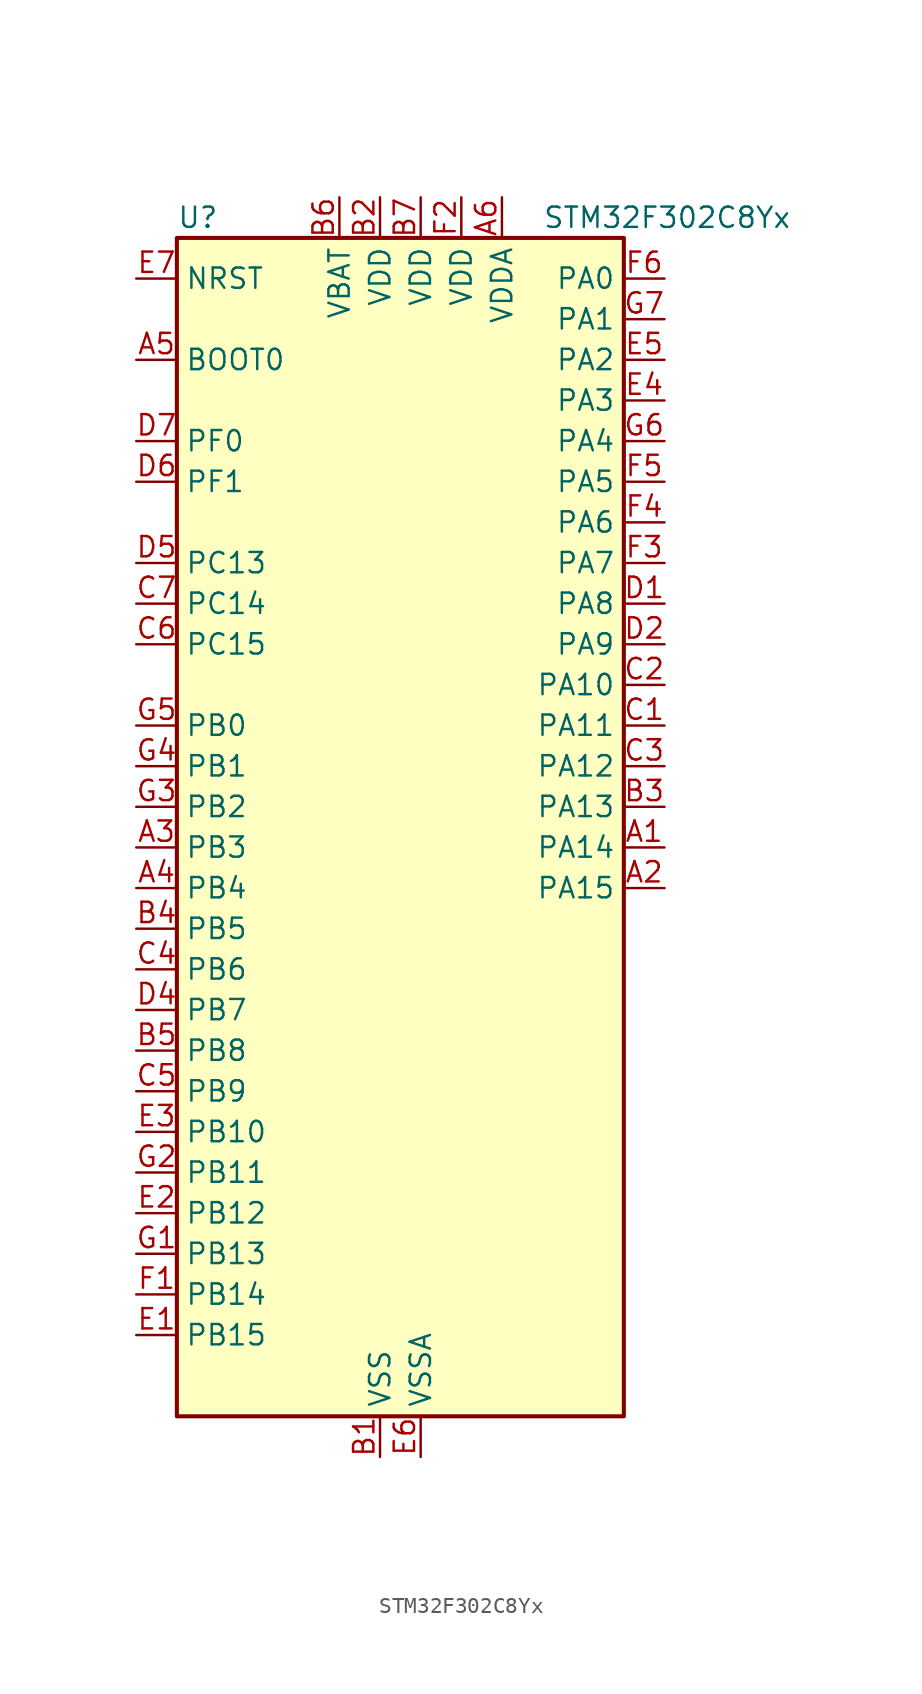
<source format=kicad_sym>
(kicad_symbol_lib
  (version 20231120)
  (generator "kicad_symbol_editor")
  (generator_version "8.0")
  (symbol "STM32F302C8Yx"
    (property "Reference" "U"
      (at -12.7 39.37 0)
      (effects (font (size 1.27 1.27)) (justify left)))
    (property "Value" "STM32F302C8Yx"
      (at 10.16 39.37 0)
      (effects (font (size 1.27 1.27)) (justify left)))
    (property "ki_locked" ""
      (at 0 0 0)
      (effects (font (size 1.27 1.27))))
    (symbol "STM32F302C8Yx_0_1"
      (rectangle (start -12.7 -35.56) (end 15.24 38.1) (stroke (width 0.254) (type default)) (fill (type background))))
    (symbol "STM32F302C8Yx_1_1"
      (pin bidirectional line (at 17.78 0 180) (length 2.54) (name "PA14" (effects (font (size 1.27 1.27)))) (number "A1" (effects (font (size 1.27 1.27)))) (alternate "I2C1_SDA" bidirectional line) (alternate "SYS_JTCK-SWCLK" bidirectional line) (alternate "TIM1_BKIN" bidirectional line) (alternate "TSC_G4_IO4" bidirectional line) (alternate "USART2_TX" bidirectional line))
      (pin bidirectional line (at 17.78 -2.54 180) (length 2.54) (name "PA15" (effects (font (size 1.27 1.27)))) (number "A2" (effects (font (size 1.27 1.27)))) (alternate "ADC1_EXTI15" bidirectional line) (alternate "I2C1_SCL" bidirectional line) (alternate "I2S3_WS" bidirectional line) (alternate "SPI3_NSS" bidirectional line) (alternate "SYS_JTDI" bidirectional line) (alternate "TIM1_BKIN" bidirectional line) (alternate "TIM2_CH1" bidirectional line) (alternate "TIM2_ETR" bidirectional line) (alternate "TSC_SYNC" bidirectional line) (alternate "USART2_RX" bidirectional line))
      (pin bidirectional line (at -15.24 0 0) (length 2.54) (name "PB3" (effects (font (size 1.27 1.27)))) (number "A3" (effects (font (size 1.27 1.27)))) (alternate "I2S3_CK" bidirectional line) (alternate "SPI3_SCK" bidirectional line) (alternate "SYS_JTDO-TRACESWO" bidirectional line) (alternate "TIM2_CH2" bidirectional line) (alternate "TSC_G5_IO1" bidirectional line) (alternate "USART2_TX" bidirectional line))
      (pin bidirectional line (at -15.24 -2.54 0) (length 2.54) (name "PB4" (effects (font (size 1.27 1.27)))) (number "A4" (effects (font (size 1.27 1.27)))) (alternate "I2S3_ext_SD" bidirectional line) (alternate "SPI3_MISO" bidirectional line) (alternate "SYS_NJTRST" bidirectional line) (alternate "TIM16_CH1" bidirectional line) (alternate "TIM17_BKIN" bidirectional line) (alternate "TSC_G5_IO2" bidirectional line) (alternate "USART2_RX" bidirectional line))
      (pin input line (at -15.24 30.48 0) (length 2.54) (name "BOOT0" (effects (font (size 1.27 1.27)))) (number "A5" (effects (font (size 1.27 1.27)))))
      (pin power_in line (at 7.62 40.64 270) (length 2.54) (name "VDDA" (effects (font (size 1.27 1.27)))) (number "A6" (effects (font (size 1.27 1.27)))))
      (pin no_connect line (at -12.7 -35.56 0) (length 2.54) hide (name "NC" (effects (font (size 1.27 1.27)))) (number "A7" (effects (font (size 1.27 1.27)))))
      (pin power_in line (at 0 -38.1 90) (length 2.54) (name "VSS" (effects (font (size 1.27 1.27)))) (number "B1" (effects (font (size 1.27 1.27)))))
      (pin power_in line (at 0 40.64 270) (length 2.54) (name "VDD" (effects (font (size 1.27 1.27)))) (number "B2" (effects (font (size 1.27 1.27)))))
      (pin bidirectional line (at 17.78 2.54 180) (length 2.54) (name "PA13" (effects (font (size 1.27 1.27)))) (number "B3" (effects (font (size 1.27 1.27)))) (alternate "IR_OUT" bidirectional line) (alternate "SYS_JTMS-SWDIO" bidirectional line) (alternate "TIM16_CH1N" bidirectional line) (alternate "TSC_G4_IO3" bidirectional line) (alternate "USART3_CTS" bidirectional line))
      (pin bidirectional line (at -15.24 -5.08 0) (length 2.54) (name "PB5" (effects (font (size 1.27 1.27)))) (number "B4" (effects (font (size 1.27 1.27)))) (alternate "I2C1_SMBA" bidirectional line) (alternate "I2C3_SDA" bidirectional line) (alternate "I2S3_SD" bidirectional line) (alternate "SPI3_MOSI" bidirectional line) (alternate "TIM16_BKIN" bidirectional line) (alternate "TIM17_CH1" bidirectional line) (alternate "USART2_CK" bidirectional line))
      (pin bidirectional line (at -15.24 -12.7 0) (length 2.54) (name "PB8" (effects (font (size 1.27 1.27)))) (number "B5" (effects (font (size 1.27 1.27)))) (alternate "CAN_RX" bidirectional line) (alternate "I2C1_SCL" bidirectional line) (alternate "TIM16_CH1" bidirectional line) (alternate "TIM1_BKIN" bidirectional line) (alternate "TSC_SYNC" bidirectional line) (alternate "USART3_RX" bidirectional line))
      (pin power_in line (at -2.54 40.64 270) (length 2.54) (name "VBAT" (effects (font (size 1.27 1.27)))) (number "B6" (effects (font (size 1.27 1.27)))))
      (pin power_in line (at 2.54 40.64 270) (length 2.54) (name "VDD" (effects (font (size 1.27 1.27)))) (number "B7" (effects (font (size 1.27 1.27)))))
      (pin bidirectional line (at 17.78 7.62 180) (length 2.54) (name "PA11" (effects (font (size 1.27 1.27)))) (number "C1" (effects (font (size 1.27 1.27)))) (alternate "ADC1_EXTI11" bidirectional line) (alternate "CAN_RX" bidirectional line) (alternate "I2S2_SD" bidirectional line) (alternate "SPI2_MOSI" bidirectional line) (alternate "TIM1_BKIN2" bidirectional line) (alternate "TIM1_CH1N" bidirectional line) (alternate "TIM1_CH4" bidirectional line) (alternate "USART1_CTS" bidirectional line) (alternate "USB_DM" bidirectional line))
      (pin bidirectional line (at 17.78 10.16 180) (length 2.54) (name "PA10" (effects (font (size 1.27 1.27)))) (number "C2" (effects (font (size 1.27 1.27)))) (alternate "COMP6_OUT" bidirectional line) (alternate "I2C2_SDA" bidirectional line) (alternate "I2S2_ext_SD" bidirectional line) (alternate "SPI2_MISO" bidirectional line) (alternate "TIM17_BKIN" bidirectional line) (alternate "TIM1_CH3" bidirectional line) (alternate "TIM2_CH4" bidirectional line) (alternate "TSC_G4_IO2" bidirectional line) (alternate "USART1_RX" bidirectional line))
      (pin bidirectional line (at 17.78 5.08 180) (length 2.54) (name "PA12" (effects (font (size 1.27 1.27)))) (number "C3" (effects (font (size 1.27 1.27)))) (alternate "CAN_TX" bidirectional line) (alternate "COMP2_OUT" bidirectional line) (alternate "I2S_CKIN" bidirectional line) (alternate "TIM16_CH1" bidirectional line) (alternate "TIM1_CH2N" bidirectional line) (alternate "TIM1_ETR" bidirectional line) (alternate "USART1_DE" bidirectional line) (alternate "USART1_RTS" bidirectional line) (alternate "USB_DP" bidirectional line))
      (pin bidirectional line (at -15.24 -7.62 0) (length 2.54) (name "PB6" (effects (font (size 1.27 1.27)))) (number "C4" (effects (font (size 1.27 1.27)))) (alternate "I2C1_SCL" bidirectional line) (alternate "TIM16_CH1N" bidirectional line) (alternate "TSC_G5_IO3" bidirectional line) (alternate "USART1_TX" bidirectional line))
      (pin bidirectional line (at -15.24 -15.24 0) (length 2.54) (name "PB9" (effects (font (size 1.27 1.27)))) (number "C5" (effects (font (size 1.27 1.27)))) (alternate "CAN_TX" bidirectional line) (alternate "COMP2_OUT" bidirectional line) (alternate "DAC_EXTI9" bidirectional line) (alternate "I2C1_SDA" bidirectional line) (alternate "IR_OUT" bidirectional line) (alternate "TIM17_CH1" bidirectional line) (alternate "USART3_TX" bidirectional line))
      (pin bidirectional line (at -15.24 12.7 0) (length 2.54) (name "PC15" (effects (font (size 1.27 1.27)))) (number "C6" (effects (font (size 1.27 1.27)))) (alternate "ADC1_EXTI15" bidirectional line) (alternate "RCC_OSC32_OUT" bidirectional line))
      (pin bidirectional line (at -15.24 15.24 0) (length 2.54) (name "PC14" (effects (font (size 1.27 1.27)))) (number "C7" (effects (font (size 1.27 1.27)))) (alternate "RCC_OSC32_IN" bidirectional line))
      (pin bidirectional line (at 17.78 15.24 180) (length 2.54) (name "PA8" (effects (font (size 1.27 1.27)))) (number "D1" (effects (font (size 1.27 1.27)))) (alternate "I2C2_SMBA" bidirectional line) (alternate "I2C3_SCL" bidirectional line) (alternate "I2S2_MCK" bidirectional line) (alternate "RCC_MCO" bidirectional line) (alternate "TIM1_CH1" bidirectional line) (alternate "USART1_CK" bidirectional line))
      (pin bidirectional line (at 17.78 12.7 180) (length 2.54) (name "PA9" (effects (font (size 1.27 1.27)))) (number "D2" (effects (font (size 1.27 1.27)))) (alternate "DAC_EXTI9" bidirectional line) (alternate "I2C2_SCL" bidirectional line) (alternate "I2C3_SMBA" bidirectional line) (alternate "I2S3_MCK" bidirectional line) (alternate "TIM15_BKIN" bidirectional line) (alternate "TIM1_CH2" bidirectional line) (alternate "TIM2_CH3" bidirectional line) (alternate "TSC_G4_IO1" bidirectional line) (alternate "USART1_TX" bidirectional line))
      (pin passive line (at 0 -38.1 90) (length 2.54) hide (name "VSS" (effects (font (size 1.27 1.27)))) (number "D3" (effects (font (size 1.27 1.27)))))
      (pin bidirectional line (at -15.24 -10.16 0) (length 2.54) (name "PB7" (effects (font (size 1.27 1.27)))) (number "D4" (effects (font (size 1.27 1.27)))) (alternate "I2C1_SDA" bidirectional line) (alternate "TIM17_CH1N" bidirectional line) (alternate "TSC_G5_IO4" bidirectional line) (alternate "USART1_RX" bidirectional line))
      (pin bidirectional line (at -15.24 17.78 0) (length 2.54) (name "PC13" (effects (font (size 1.27 1.27)))) (number "D5" (effects (font (size 1.27 1.27)))) (alternate "RTC_OUT_ALARM" bidirectional line) (alternate "RTC_OUT_CALIB" bidirectional line) (alternate "RTC_TAMP1" bidirectional line) (alternate "RTC_TS" bidirectional line) (alternate "SYS_WKUP2" bidirectional line) (alternate "TIM1_CH1N" bidirectional line))
      (pin bidirectional line (at -15.24 22.86 0) (length 2.54) (name "PF1" (effects (font (size 1.27 1.27)))) (number "D6" (effects (font (size 1.27 1.27)))) (alternate "I2C2_SCL" bidirectional line) (alternate "I2S2_CK" bidirectional line) (alternate "RCC_OSC_OUT" bidirectional line) (alternate "SPI2_SCK" bidirectional line))
      (pin bidirectional line (at -15.24 25.4 0) (length 2.54) (name "PF0" (effects (font (size 1.27 1.27)))) (number "D7" (effects (font (size 1.27 1.27)))) (alternate "I2C2_SDA" bidirectional line) (alternate "I2S2_WS" bidirectional line) (alternate "RCC_OSC_IN" bidirectional line) (alternate "SPI2_NSS" bidirectional line) (alternate "TIM1_CH3N" bidirectional line))
      (pin bidirectional line (at -15.24 -30.48 0) (length 2.54) (name "PB15" (effects (font (size 1.27 1.27)))) (number "E1" (effects (font (size 1.27 1.27)))) (alternate "ADC1_EXTI15" bidirectional line) (alternate "COMP6_INM" bidirectional line) (alternate "I2S2_SD" bidirectional line) (alternate "RTC_REFIN" bidirectional line) (alternate "SPI2_MOSI" bidirectional line) (alternate "TIM15_CH1N" bidirectional line) (alternate "TIM15_CH2" bidirectional line) (alternate "TIM1_CH3N" bidirectional line))
      (pin bidirectional line (at -15.24 -22.86 0) (length 2.54) (name "PB12" (effects (font (size 1.27 1.27)))) (number "E2" (effects (font (size 1.27 1.27)))) (alternate "I2C2_SMBA" bidirectional line) (alternate "I2S2_WS" bidirectional line) (alternate "SPI2_NSS" bidirectional line) (alternate "TIM1_BKIN" bidirectional line) (alternate "TSC_G6_IO2" bidirectional line) (alternate "USART3_CK" bidirectional line))
      (pin bidirectional line (at -15.24 -17.78 0) (length 2.54) (name "PB10" (effects (font (size 1.27 1.27)))) (number "E3" (effects (font (size 1.27 1.27)))) (alternate "TIM2_CH3" bidirectional line) (alternate "TSC_SYNC" bidirectional line) (alternate "USART3_TX" bidirectional line))
      (pin bidirectional line (at 17.78 27.94 180) (length 2.54) (name "PA3" (effects (font (size 1.27 1.27)))) (number "E4" (effects (font (size 1.27 1.27)))) (alternate "ADC1_IN4" bidirectional line) (alternate "TIM15_CH2" bidirectional line) (alternate "TIM2_CH4" bidirectional line) (alternate "TSC_G1_IO4" bidirectional line) (alternate "USART2_RX" bidirectional line))
      (pin bidirectional line (at 17.78 30.48 180) (length 2.54) (name "PA2" (effects (font (size 1.27 1.27)))) (number "E5" (effects (font (size 1.27 1.27)))) (alternate "ADC1_IN3" bidirectional line) (alternate "COMP2_INM" bidirectional line) (alternate "COMP2_OUT" bidirectional line) (alternate "TIM15_CH1" bidirectional line) (alternate "TIM2_CH3" bidirectional line) (alternate "TSC_G1_IO3" bidirectional line) (alternate "USART2_TX" bidirectional line))
      (pin power_in line (at 2.54 -38.1 90) (length 2.54) (name "VSSA" (effects (font (size 1.27 1.27)))) (number "E6" (effects (font (size 1.27 1.27)))))
      (pin input line (at -15.24 35.56 0) (length 2.54) (name "NRST" (effects (font (size 1.27 1.27)))) (number "E7" (effects (font (size 1.27 1.27)))))
      (pin bidirectional line (at -15.24 -27.94 0) (length 2.54) (name "PB14" (effects (font (size 1.27 1.27)))) (number "F1" (effects (font (size 1.27 1.27)))) (alternate "I2S2_ext_SD" bidirectional line) (alternate "OPAMP2_VINP" bidirectional line) (alternate "OPAMP2_VINP_SEC" bidirectional line) (alternate "SPI2_MISO" bidirectional line) (alternate "TIM15_CH1" bidirectional line) (alternate "TIM1_CH2N" bidirectional line) (alternate "TSC_G6_IO4" bidirectional line) (alternate "USART3_DE" bidirectional line) (alternate "USART3_RTS" bidirectional line))
      (pin power_in line (at 5.08 40.64 270) (length 2.54) (name "VDD" (effects (font (size 1.27 1.27)))) (number "F2" (effects (font (size 1.27 1.27)))))
      (pin bidirectional line (at 17.78 17.78 180) (length 2.54) (name "PA7" (effects (font (size 1.27 1.27)))) (number "F3" (effects (font (size 1.27 1.27)))) (alternate "ADC1_IN15" bidirectional line) (alternate "COMP2_INP" bidirectional line) (alternate "OPAMP2_VINP" bidirectional line) (alternate "OPAMP2_VINP_SEC" bidirectional line) (alternate "TIM17_CH1" bidirectional line) (alternate "TIM1_CH1N" bidirectional line) (alternate "TSC_G2_IO4" bidirectional line))
      (pin bidirectional line (at 17.78 20.32 180) (length 2.54) (name "PA6" (effects (font (size 1.27 1.27)))) (number "F4" (effects (font (size 1.27 1.27)))) (alternate "ADC1_IN10" bidirectional line) (alternate "OPAMP2_VOUT" bidirectional line) (alternate "TIM16_CH1" bidirectional line) (alternate "TIM1_BKIN" bidirectional line) (alternate "TSC_G2_IO3" bidirectional line))
      (pin bidirectional line (at 17.78 22.86 180) (length 2.54) (name "PA5" (effects (font (size 1.27 1.27)))) (number "F5" (effects (font (size 1.27 1.27)))) (alternate "OPAMP2_VINM" bidirectional line) (alternate "OPAMP2_VINM_SEC" bidirectional line) (alternate "TIM2_CH1" bidirectional line) (alternate "TIM2_ETR" bidirectional line) (alternate "TSC_G2_IO2" bidirectional line))
      (pin bidirectional line (at 17.78 35.56 180) (length 2.54) (name "PA0" (effects (font (size 1.27 1.27)))) (number "F6" (effects (font (size 1.27 1.27)))) (alternate "ADC1_IN1" bidirectional line) (alternate "RTC_TAMP2" bidirectional line) (alternate "SYS_WKUP1" bidirectional line) (alternate "TIM2_CH1" bidirectional line) (alternate "TIM2_ETR" bidirectional line) (alternate "TSC_G1_IO1" bidirectional line) (alternate "USART2_CTS" bidirectional line))
      (pin passive line (at 0 -38.1 90) (length 2.54) hide (name "VSS" (effects (font (size 1.27 1.27)))) (number "F7" (effects (font (size 1.27 1.27)))))
      (pin bidirectional line (at -15.24 -25.4 0) (length 2.54) (name "PB13" (effects (font (size 1.27 1.27)))) (number "G1" (effects (font (size 1.27 1.27)))) (alternate "ADC1_IN13" bidirectional line) (alternate "I2S2_CK" bidirectional line) (alternate "SPI2_SCK" bidirectional line) (alternate "TIM1_CH1N" bidirectional line) (alternate "TSC_G6_IO3" bidirectional line) (alternate "USART3_CTS" bidirectional line))
      (pin bidirectional line (at -15.24 -20.32 0) (length 2.54) (name "PB11" (effects (font (size 1.27 1.27)))) (number "G2" (effects (font (size 1.27 1.27)))) (alternate "ADC1_EXTI11" bidirectional line) (alternate "ADC1_IN14" bidirectional line) (alternate "COMP6_INP" bidirectional line) (alternate "TIM2_CH4" bidirectional line) (alternate "TSC_G6_IO1" bidirectional line) (alternate "USART3_RX" bidirectional line))
      (pin bidirectional line (at -15.24 2.54 0) (length 2.54) (name "PB2" (effects (font (size 1.27 1.27)))) (number "G3" (effects (font (size 1.27 1.27)))) (alternate "COMP4_INM" bidirectional line) (alternate "TSC_G3_IO4" bidirectional line))
      (pin bidirectional line (at -15.24 5.08 0) (length 2.54) (name "PB1" (effects (font (size 1.27 1.27)))) (number "G4" (effects (font (size 1.27 1.27)))) (alternate "ADC1_IN12" bidirectional line) (alternate "COMP4_OUT" bidirectional line) (alternate "TIM1_CH3N" bidirectional line) (alternate "TSC_G3_IO3" bidirectional line))
      (pin bidirectional line (at -15.24 7.62 0) (length 2.54) (name "PB0" (effects (font (size 1.27 1.27)))) (number "G5" (effects (font (size 1.27 1.27)))) (alternate "ADC1_IN11" bidirectional line) (alternate "COMP4_INP" bidirectional line) (alternate "OPAMP2_VINP" bidirectional line) (alternate "OPAMP2_VINP_SEC" bidirectional line) (alternate "TIM1_CH2N" bidirectional line) (alternate "TSC_G3_IO2" bidirectional line))
      (pin bidirectional line (at 17.78 25.4 180) (length 2.54) (name "PA4" (effects (font (size 1.27 1.27)))) (number "G6" (effects (font (size 1.27 1.27)))) (alternate "ADC1_IN5" bidirectional line) (alternate "COMP2_INM" bidirectional line) (alternate "COMP4_INM" bidirectional line) (alternate "COMP6_INM" bidirectional line) (alternate "DAC_OUT1" bidirectional line) (alternate "I2S3_WS" bidirectional line) (alternate "SPI3_NSS" bidirectional line) (alternate "TSC_G2_IO1" bidirectional line) (alternate "USART2_CK" bidirectional line))
      (pin bidirectional line (at 17.78 33.02 180) (length 2.54) (name "PA1" (effects (font (size 1.27 1.27)))) (number "G7" (effects (font (size 1.27 1.27)))) (alternate "ADC1_IN2" bidirectional line) (alternate "RTC_REFIN" bidirectional line) (alternate "TIM15_CH1N" bidirectional line) (alternate "TIM2_CH2" bidirectional line) (alternate "TSC_G1_IO2" bidirectional line) (alternate "USART2_DE" bidirectional line) (alternate "USART2_RTS" bidirectional line)))))
</source>
